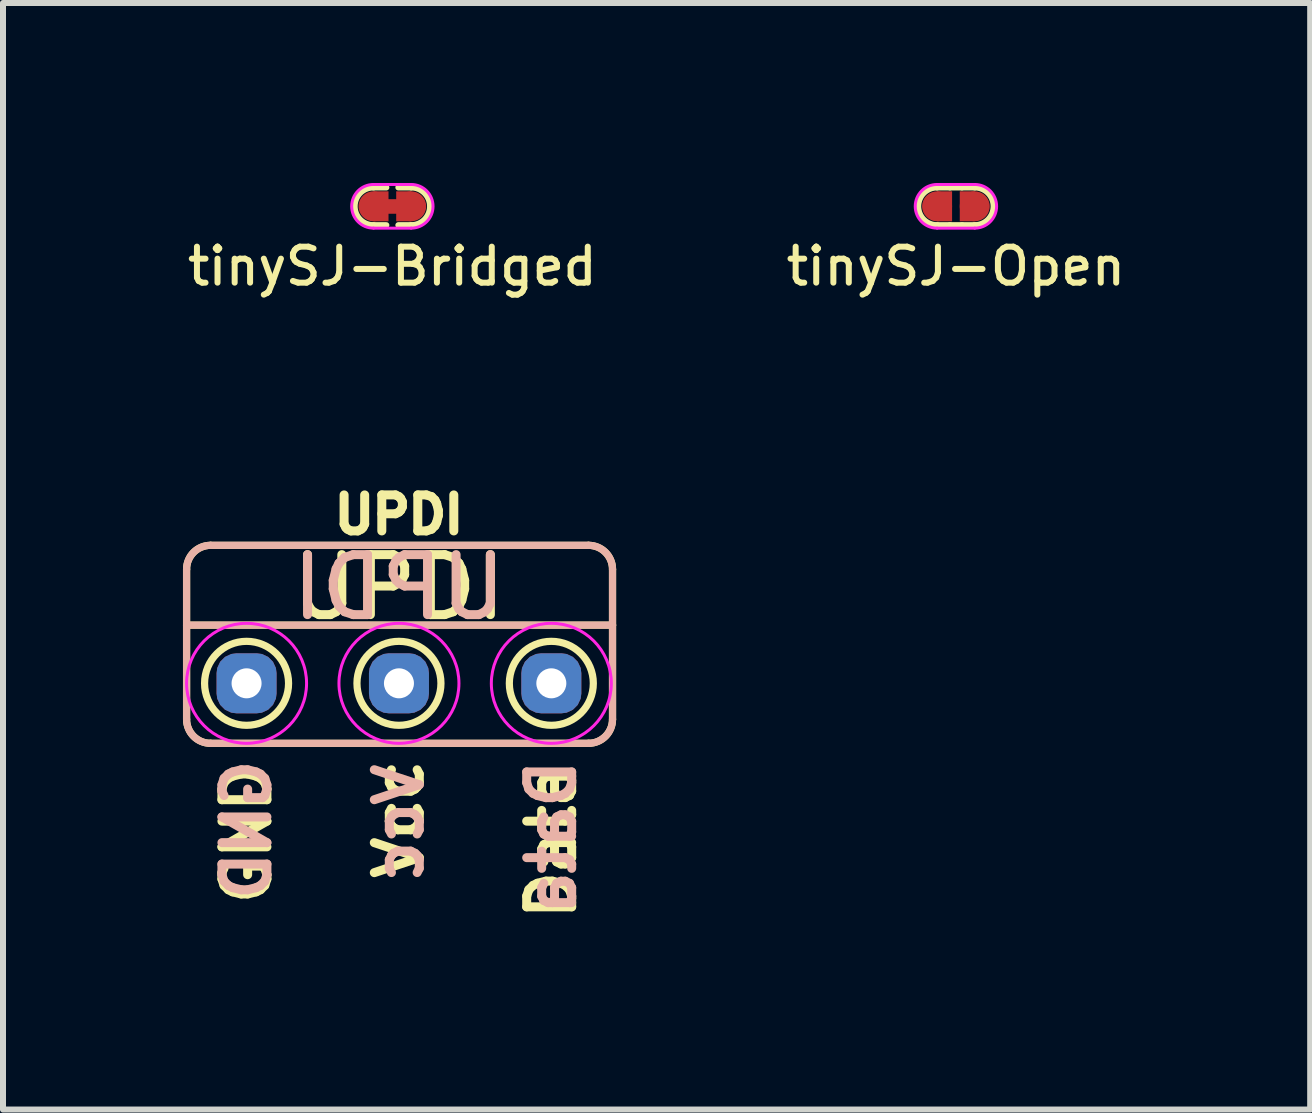
<source format=kicad_pcb>
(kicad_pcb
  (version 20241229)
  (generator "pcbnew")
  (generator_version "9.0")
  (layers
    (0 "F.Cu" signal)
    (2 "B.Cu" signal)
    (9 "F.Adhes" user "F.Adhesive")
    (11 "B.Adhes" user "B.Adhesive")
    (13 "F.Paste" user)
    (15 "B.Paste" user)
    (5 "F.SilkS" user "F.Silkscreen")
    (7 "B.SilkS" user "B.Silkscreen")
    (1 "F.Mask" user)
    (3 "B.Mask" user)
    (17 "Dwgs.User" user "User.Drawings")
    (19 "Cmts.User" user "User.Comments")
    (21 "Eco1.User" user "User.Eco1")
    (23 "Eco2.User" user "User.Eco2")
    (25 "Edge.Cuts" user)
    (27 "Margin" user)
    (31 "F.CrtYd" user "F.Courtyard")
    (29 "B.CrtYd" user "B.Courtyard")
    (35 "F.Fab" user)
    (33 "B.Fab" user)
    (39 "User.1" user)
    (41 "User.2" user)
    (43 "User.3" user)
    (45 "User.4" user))
  (footprint "UPDI"
    (layer "F.Cu")
    (at 3.6 8.34)
    (property "Reference" "UPDI" (at 0 -2.81 0) (unlocked yes) (layer "F.SilkS") (effects (font (size 0.6 0.6) (thickness 0.15))))
    (attr smd)
    (fp_line (start -3.54 -1.9) (end -3.54 -0.97) (stroke (width 0.12) (type solid)) (layer "F.SilkS"))
    (fp_line (start -3.54 -0.97) (end -3.54 0.6) (stroke (width 0.12) (type solid)) (layer "F.SilkS"))
    (fp_line (start -3.14 1) (end 3.16 1) (stroke (width 0.12) (type solid)) (layer "F.SilkS"))
    (fp_line (start 3.16 -2.3) (end -3.14 -2.3) (stroke (width 0.12) (type solid)) (layer "F.SilkS"))
    (fp_line (start 3.56 -0.97) (end -3.54 -0.97) (stroke (width 0.12) (type solid)) (layer "F.SilkS"))
    (fp_line (start 3.56 -0.97) (end 3.56 -1.9) (stroke (width 0.12) (type solid)) (layer "F.SilkS"))
    (fp_line (start 3.56 0.6) (end 3.56 -0.97) (stroke (width 0.12) (type solid)) (layer "F.SilkS"))
    (fp_arc (start -3.54 -1.9) (mid -3.422843 -2.182843) (end -3.14 -2.3) (stroke (width 0.12) (type solid)) (layer "F.SilkS"))
    (fp_arc (start -3.14 1) (mid -3.422843 0.882843) (end -3.54 0.6) (stroke (width 0.12) (type solid)) (layer "F.SilkS"))
    (fp_arc (start 3.16 -2.3) (mid 3.44283 -2.18283) (end 3.56 -1.9) (stroke (width 0.12) (type solid)) (layer "F.SilkS"))
    (fp_arc (start 3.56 0.6) (mid 3.442844 0.882846) (end 3.16 1) (stroke (width 0.12) (type solid)) (layer "F.SilkS"))
    (fp_circle (center -2.54 0) (end -1.84 0) (stroke (width 0.12) (type solid)) (fill no) (layer "F.SilkS"))
    (fp_circle (center 0 0) (end 0.7 0) (stroke (width 0.12) (type solid)) (fill no) (layer "F.SilkS"))
    (fp_circle (center 2.54 0) (end 3.24 0) (stroke (width 0.12) (type solid)) (fill no) (layer "F.SilkS"))
    (fp_line (start -3.54 -1.9) (end -3.54 -0.97) (stroke (width 0.12) (type solid)) (layer "B.SilkS"))
    (fp_line (start -3.54 -0.97) (end -3.54 0.6) (stroke (width 0.12) (type solid)) (layer "B.SilkS"))
    (fp_line (start -3.14 1) (end 3.16 1) (stroke (width 0.12) (type solid)) (layer "B.SilkS"))
    (fp_line (start 3.16 -2.3) (end -3.14 -2.3) (stroke (width 0.12) (type solid)) (layer "B.SilkS"))
    (fp_line (start 3.56 -0.97) (end -3.54 -0.97) (stroke (width 0.12) (type solid)) (layer "B.SilkS"))
    (fp_line (start 3.56 -0.97) (end 3.56 -1.9) (stroke (width 0.12) (type solid)) (layer "B.SilkS"))
    (fp_line (start 3.56 0.6) (end 3.56 -0.97) (stroke (width 0.12) (type solid)) (layer "B.SilkS"))
    (fp_arc (start -3.54 -1.9) (mid -3.422843 -2.182843) (end -3.14 -2.3) (stroke (width 0.12) (type solid)) (layer "B.SilkS"))
    (fp_arc (start -3.14 1) (mid -3.422843 0.882843) (end -3.54 0.6) (stroke (width 0.12) (type solid)) (layer "B.SilkS"))
    (fp_arc (start 3.16 -2.3) (mid 3.442843 -2.182843) (end 3.56 -1.9) (stroke (width 0.12) (type solid)) (layer "B.SilkS"))
    (fp_arc (start 3.56 0.6) (mid 3.442843 0.882843) (end 3.16 1) (stroke (width 0.12) (type solid)) (layer "B.SilkS"))
    (fp_circle (center -2.54 0) (end -2.54 -1) (stroke (width 0.05) (type solid)) (fill no) (layer "F.CrtYd"))
    (fp_circle (center 0 0) (end 0 -1) (stroke (width 0.05) (type solid)) (fill no) (layer "F.CrtYd"))
    (fp_circle (center 2.54 0) (end 2.54 -1) (stroke (width 0.05) (type solid)) (fill no) (layer "F.CrtYd"))
    (fp_text user "Data" (at 2.54 1.27 90) (layer "F.SilkS") (effects (font (size 0.75 0.75) (thickness 0.15)) (justify right)))
    (fp_text user "GND" (at -2.54 1.27 90) (layer "F.SilkS") (effects (font (size 0.75 0.75) (thickness 0.15)) (justify right)))
    (fp_text user "UPDI" (at 0 -1.6 0) (layer "F.SilkS") (effects (font (size 1 1) (thickness 0.15))))
    (fp_text user "Vcc" (at 0 1.2 90) (layer "F.SilkS") (effects (font (size 0.75 0.75) (thickness 0.15)) (justify right)))
    (fp_text user "GND" (at -2.54 1.2 270) (layer "B.SilkS") (effects (font (size 0.75 0.75) (thickness 0.15)) (justify left mirror)))
    (fp_text user "UPDI" (at 0 -1.6 0) (layer "B.SilkS") (effects (font (size 1 1) (thickness 0.15)) (justify mirror)))
    (fp_text user "Data" (at 2.54 1.2 270) (layer "B.SilkS") (effects (font (size 0.75 0.75) (thickness 0.15)) (justify left mirror)))
    (fp_text user "Vcc" (at 0 1.27 270) (layer "B.SilkS") (effects (font (size 0.75 0.75) (thickness 0.15)) (justify left mirror)))
    (pad "1" thru_hole roundrect (at -2.54 0 90) (size 1 1) (drill 0.5) (layers "*.Cu" "*.Mask") (roundrect_rratio 0.33))
    (pad "2" thru_hole roundrect (at 0 0 90) (size 1 1) (drill 0.5) (layers "*.Cu" "*.Mask") (roundrect_rratio 0.33))
    (pad "3" thru_hole roundrect (at 2.54 0 90) (size 1 1) (drill 0.5) (layers "*.Cu" "*.Mask") (roundrect_rratio 0.33)))
  (footprint "tinySJ-Open"
    (layer "F.Cu")
    (at 12.884 0.389)
    (property "Reference" "tinySJ-Open" (at 0 1 0) (layer "F.SilkS") (effects (font (size 0.6 0.6) (thickness 0.1))))
    (attr exclude_from_pos_files exclude_from_bom)
    (fp_line (start -0.314 -0.314) (end -0.1 -0.314) (stroke (width 0.1) (type solid)) (layer "F.SilkS"))
    (fp_line (start -0.1 -0.314) (end 0.1 -0.314) (stroke (width 0.1) (type solid)) (layer "F.SilkS"))
    (fp_line (start -0.1 0.314) (end -0.314 0.314) (stroke (width 0.1) (type solid)) (layer "F.SilkS"))
    (fp_line (start -0.1 0.314) (end 0.1 0.314) (stroke (width 0.1) (type solid)) (layer "F.SilkS"))
    (fp_line (start 0.1 -0.314) (end 0.314 -0.314) (stroke (width 0.1) (type solid)) (layer "F.SilkS"))
    (fp_line (start 0.314 0.314) (end 0.1 0.314) (stroke (width 0.1) (type solid)) (layer "F.SilkS"))
    (fp_arc (start -0.314 0.314) (mid -0.628 0) (end -0.314 -0.314) (stroke (width 0.1) (type solid)) (layer "F.SilkS"))
    (fp_arc (start 0.314 -0.314) (mid 0.628 0) (end 0.314 0.314) (stroke (width 0.1) (type solid)) (layer "F.SilkS"))
    (fp_line (start -0.314 -0.364) (end 0.314 -0.364) (stroke (width 0.05) (type solid)) (layer "F.CrtYd"))
    (fp_line (start 0.314 0.364) (end -0.314 0.364) (stroke (width 0.05) (type solid)) (layer "F.CrtYd"))
    (fp_arc (start -0.314 0.364) (mid -0.678 0) (end -0.314 -0.364) (stroke (width 0.05) (type solid)) (layer "F.CrtYd"))
    (fp_arc (start 0.314 -0.364) (mid 0.678 0) (end 0.314 0.364) (stroke (width 0.05) (type solid)) (layer "F.CrtYd"))
    (pad "1" smd circle (at -0.314 0) (size 0.5 0.5) (layers "F.Cu" "F.Mask"))
    (pad "1" smd rect (at -0.189 0) (size 0.25 0.5) (layers "F.Cu" "F.Mask"))
    (pad "2" smd rect (at 0.189 0) (size 0.25 0.5) (layers "F.Cu" "F.Mask"))
    (pad "2" smd circle (at 0.314 0) (size 0.5 0.5) (layers "F.Cu" "F.Mask")))
  (footprint "tinySJ-Bridged"
    (layer "F.Cu")
    (at 3.49 0.389)
    (property "Reference" "tinySJ-Bridged" (at 0 1 0) (layer "F.SilkS") (effects (font (size 0.6 0.6) (thickness 0.1))))
    (attr exclude_from_pos_files exclude_from_bom)
    (fp_poly (pts (xy -0.408 -0.119) (xy 0.434 -0.119) (xy 0.434 0.124) (xy -0.408 0.124)) (stroke (width 0) (type solid)) (fill yes) (layer "F.Cu"))
    (fp_line (start -0.314 -0.314) (end -0.1 -0.314) (stroke (width 0.1) (type solid)) (layer "F.SilkS"))
    (fp_line (start -0.1 0.314) (end -0.314 0.314) (stroke (width 0.1) (type solid)) (layer "F.SilkS"))
    (fp_line (start 0.1 -0.314) (end 0.314 -0.314) (stroke (width 0.1) (type solid)) (layer "F.SilkS"))
    (fp_line (start 0.314 0.314) (end 0.1 0.314) (stroke (width 0.1) (type solid)) (layer "F.SilkS"))
    (fp_arc (start -0.314 0.314) (mid -0.628 0) (end -0.314 -0.314) (stroke (width 0.1) (type solid)) (layer "F.SilkS"))
    (fp_arc (start 0.314 -0.314) (mid 0.628 0) (end 0.314 0.314) (stroke (width 0.1) (type solid)) (layer "F.SilkS"))
    (fp_line (start -0.314 -0.364) (end 0.314 -0.364) (stroke (width 0.05) (type solid)) (layer "F.CrtYd"))
    (fp_line (start 0.314 0.364) (end -0.314 0.364) (stroke (width 0.05) (type solid)) (layer "F.CrtYd"))
    (fp_arc (start -0.314 0.364) (mid -0.678 0) (end -0.314 -0.364) (stroke (width 0.05) (type solid)) (layer "F.CrtYd"))
    (fp_arc (start 0.314 -0.364) (mid 0.678 0) (end 0.314 0.364) (stroke (width 0.05) (type solid)) (layer "F.CrtYd"))
    (pad "1" smd circle (at -0.314 0) (size 0.5 0.5) (layers "F.Cu" "F.Mask"))
    (pad "1" smd rect (at -0.189 0) (size 0.25 0.5) (layers "F.Cu" "F.Mask"))
    (pad "2" smd rect (at 0.189 0) (size 0.25 0.5) (layers "F.Cu" "F.Mask"))
    (pad "2" smd circle (at 0.314 0) (size 0.5 0.5) (layers "F.Cu" "F.Mask")))
  (gr_rect
    (start -3 -3)
    (end 18.789 15.445)
    (stroke (width 0.1) (type default))
    (fill no)
    (layer "Edge.Cuts")))
</source>
